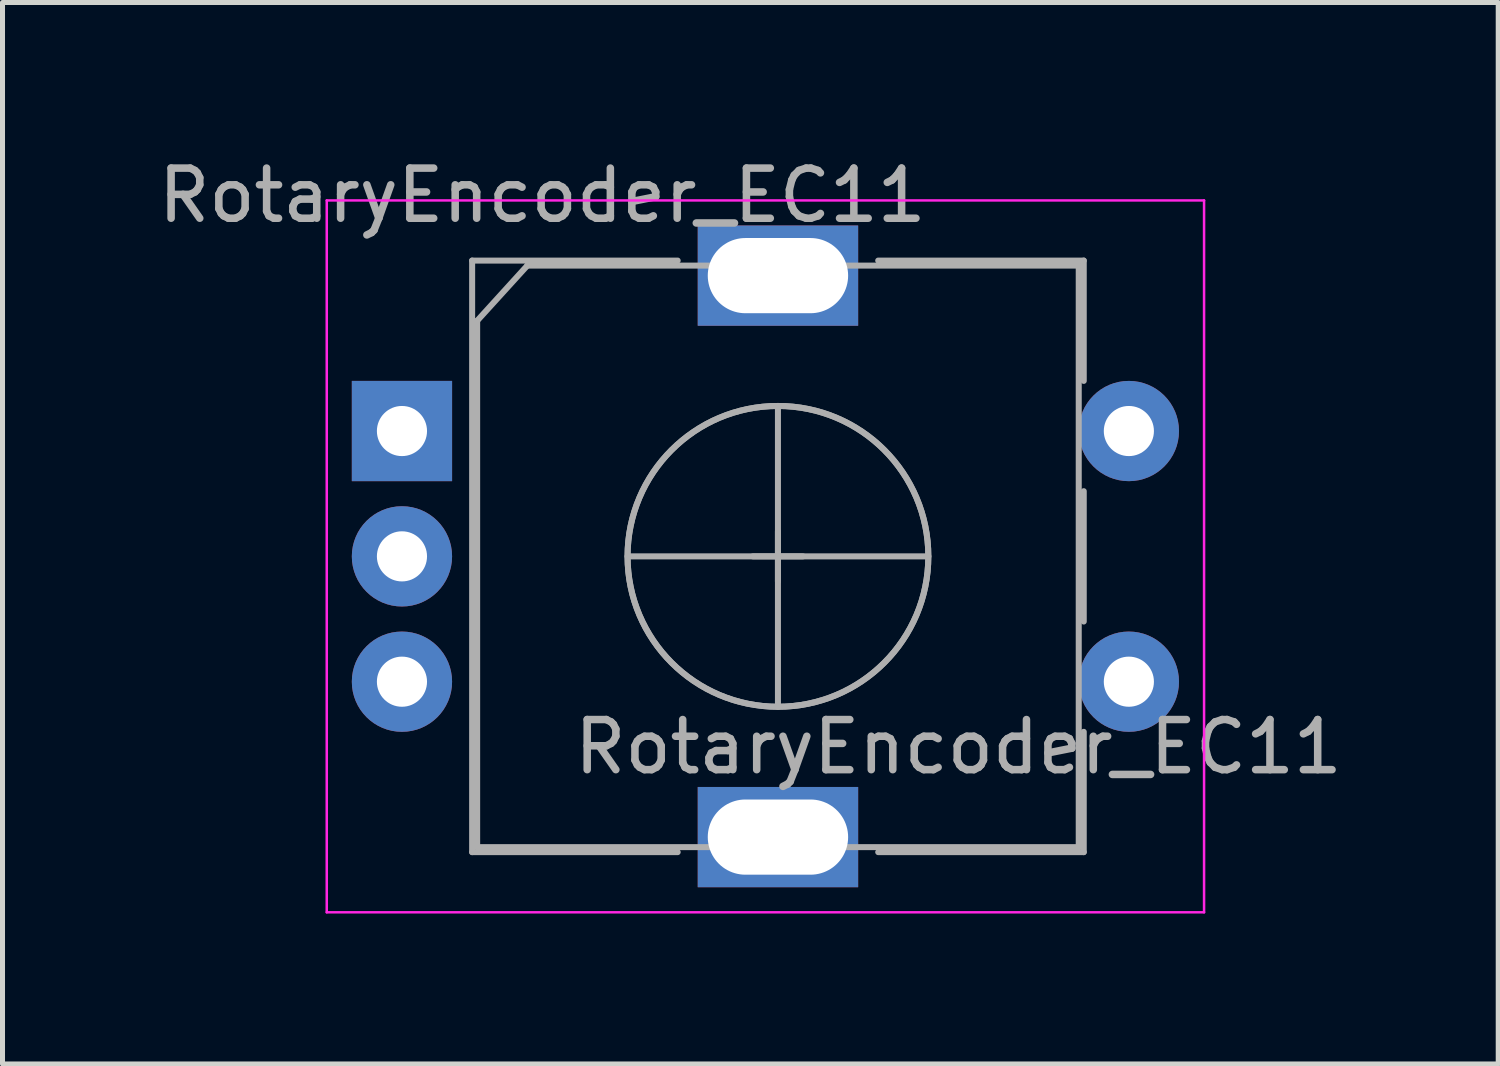
<source format=kicad_pcb>
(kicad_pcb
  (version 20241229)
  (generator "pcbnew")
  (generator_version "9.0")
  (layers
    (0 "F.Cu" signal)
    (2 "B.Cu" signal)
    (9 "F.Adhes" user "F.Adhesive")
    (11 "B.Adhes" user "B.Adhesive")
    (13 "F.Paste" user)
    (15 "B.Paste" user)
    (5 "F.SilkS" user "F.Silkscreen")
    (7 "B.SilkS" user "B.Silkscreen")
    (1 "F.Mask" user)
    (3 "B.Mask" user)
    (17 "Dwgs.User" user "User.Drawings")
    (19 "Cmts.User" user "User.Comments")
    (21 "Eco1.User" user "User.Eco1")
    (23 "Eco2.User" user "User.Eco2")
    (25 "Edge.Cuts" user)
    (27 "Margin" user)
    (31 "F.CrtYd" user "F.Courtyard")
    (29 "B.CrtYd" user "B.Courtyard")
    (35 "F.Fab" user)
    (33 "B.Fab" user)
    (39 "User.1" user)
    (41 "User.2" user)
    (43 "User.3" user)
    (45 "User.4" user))
  (footprint "RotaryEncoder_EC11"
    (layer "F.Cu")
    (at 12.468 8.048)
    (property "Reference" "RotaryEncoder_EC11" (at -4.7 -7.2 0) (layer "F.Fab") (effects (font (size 1 1) (thickness 0.15))))
    (attr through_hole)
    (fp_line (start -9 -7.1) (end -9 7.1) (stroke (width 0.05) (type solid)) (layer "F.CrtYd"))
    (fp_line (start -9 -7.1) (end 8.5 -7.1) (stroke (width 0.05) (type solid)) (layer "F.CrtYd"))
    (fp_line (start 8.5 7.1) (end -9 7.1) (stroke (width 0.05) (type solid)) (layer "F.CrtYd"))
    (fp_line (start 8.5 7.1) (end 8.5 -7.1) (stroke (width 0.05) (type solid)) (layer "F.CrtYd"))
    (fp_line (start -6.1 -5.9) (end -6.1 5.9) (stroke (width 0.12) (type solid)) (layer "F.Fab"))
    (fp_line (start -6 -4.7) (end -5 -5.8) (stroke (width 0.12) (type solid)) (layer "F.Fab"))
    (fp_line (start -6 5.8) (end -6 -4.7) (stroke (width 0.12) (type solid)) (layer "F.Fab"))
    (fp_line (start -5 -5.8) (end 6 -5.8) (stroke (width 0.12) (type solid)) (layer "F.Fab"))
    (fp_line (start -3 0) (end 3 0) (stroke (width 0.12) (type solid)) (layer "F.Fab"))
    (fp_line (start -2 -5.9) (end -6.1 -5.9) (stroke (width 0.12) (type solid)) (layer "F.Fab"))
    (fp_line (start -2 5.9) (end -6.1 5.9) (stroke (width 0.12) (type solid)) (layer "F.Fab"))
    (fp_line (start -0.5 0) (end 0.5 0) (stroke (width 0.12) (type solid)) (layer "F.Fab"))
    (fp_line (start 0 -3) (end 0 3) (stroke (width 0.12) (type solid)) (layer "F.Fab"))
    (fp_line (start 0 -0.5) (end 0 0.5) (stroke (width 0.12) (type solid)) (layer "F.Fab"))
    (fp_line (start 2 -5.9) (end 6.1 -5.9) (stroke (width 0.12) (type solid)) (layer "F.Fab"))
    (fp_line (start 6 -5.8) (end 6 5.8) (stroke (width 0.12) (type solid)) (layer "F.Fab"))
    (fp_line (start 6 5.8) (end -6 5.8) (stroke (width 0.12) (type solid)) (layer "F.Fab"))
    (fp_line (start 6.1 -5.9) (end 6.1 -3.5) (stroke (width 0.12) (type solid)) (layer "F.Fab"))
    (fp_line (start 6.1 -1.3) (end 6.1 1.3) (stroke (width 0.12) (type solid)) (layer "F.Fab"))
    (fp_line (start 6.1 3.5) (end 6.1 5.9) (stroke (width 0.12) (type solid)) (layer "F.Fab"))
    (fp_line (start 6.1 5.9) (end 2 5.9) (stroke (width 0.12) (type solid)) (layer "F.Fab"))
    (fp_circle (center 0 0) (end 3 0) (stroke (width 0.12) (type solid)) (fill no) (layer "F.Fab"))
    (fp_circle (center 0 0) (end 3 0) (stroke (width 0.12) (type solid)) (fill no) (layer "F.Fab"))
    (fp_text user "${REFERENCE}" (at 3.6 3.8 0) (layer "F.Fab") (effects (font (size 1 1) (thickness 0.15))))
    (pad "" np_thru_hole rect (at 0 -5.6) (size 3.2 2) (drill oval 2.8 1.5) (layers "*.Cu" "*.Mask"))
    (pad "" np_thru_hole rect (at 0 5.6) (size 3.2 2) (drill oval 2.8 1.5) (layers "*.Cu" "*.Mask"))
    (pad "A" thru_hole rect (at -7.5 -2.5) (size 2 2) (drill 1) (layers "*.Cu" "*.Mask"))
    (pad "B" thru_hole circle (at -7.5 2.5) (size 2 2) (drill 1) (layers "*.Cu" "*.Mask"))
    (pad "C" thru_hole circle (at -7.5 0) (size 2 2) (drill 1) (layers "*.Cu" "*.Mask"))
    (pad "S1" thru_hole circle (at 7 2.5) (size 2 2) (drill 1) (layers "*.Cu" "*.Mask"))
    (pad "S2" thru_hole circle (at 7 -2.5) (size 2 2) (drill 1) (layers "*.Cu" "*.Mask")))
  (gr_rect
    (start -3 -3)
    (end 26.836 18.173)
    (stroke (width 0.1) (type default))
    (fill no)
    (layer "Edge.Cuts")))
</source>
